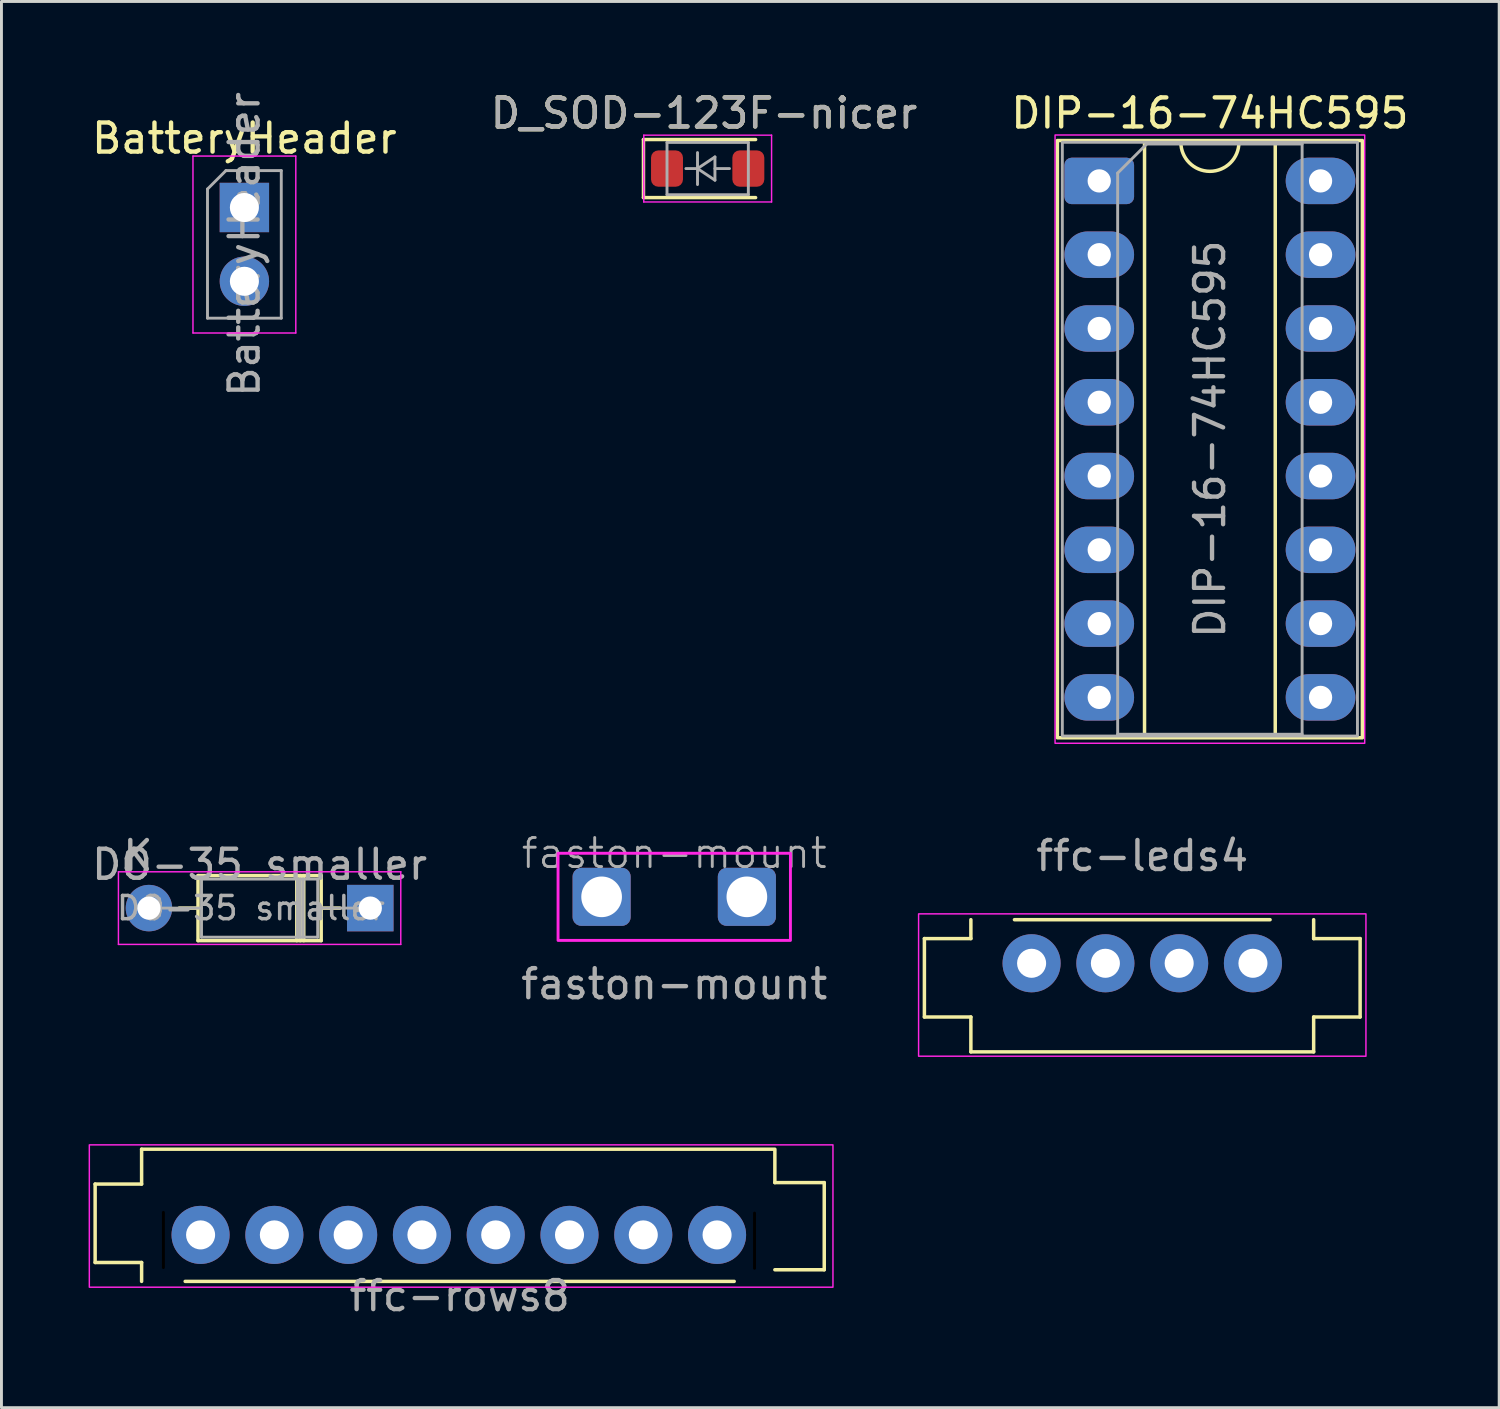
<source format=kicad_pcb>
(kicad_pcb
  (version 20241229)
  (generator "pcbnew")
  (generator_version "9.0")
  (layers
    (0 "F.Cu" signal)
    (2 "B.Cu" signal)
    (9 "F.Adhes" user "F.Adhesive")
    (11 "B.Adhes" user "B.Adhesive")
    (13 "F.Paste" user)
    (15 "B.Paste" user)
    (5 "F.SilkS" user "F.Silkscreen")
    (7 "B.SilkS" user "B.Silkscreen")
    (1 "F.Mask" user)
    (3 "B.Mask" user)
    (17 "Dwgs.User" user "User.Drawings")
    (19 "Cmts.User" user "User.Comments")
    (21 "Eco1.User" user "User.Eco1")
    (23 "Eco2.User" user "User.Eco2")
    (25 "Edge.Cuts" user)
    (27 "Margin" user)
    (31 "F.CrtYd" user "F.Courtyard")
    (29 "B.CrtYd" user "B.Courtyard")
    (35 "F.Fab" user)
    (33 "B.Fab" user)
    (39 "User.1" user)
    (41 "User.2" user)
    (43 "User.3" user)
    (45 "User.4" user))
  (footprint "DIP-16-74HC595"
    (layer "F.Cu")
    (at 34.791 3.178)
    (property "Reference" "DIP-16-74HC595" (at 3.81 -2.33 180) (layer "F.SilkS") (effects (font (size 1 1) (thickness 0.15))))
    (attr through_hole)
    (fp_line (start 1.56 -1.33) (end 1.56 19.11) (stroke (width 0.12) (type solid)) (layer "F.SilkS"))
    (fp_line (start 1.56 19.11) (end 6.06 19.11) (stroke (width 0.12) (type solid)) (layer "F.SilkS"))
    (fp_line (start 2.81 -1.33) (end 1.56 -1.33) (stroke (width 0.12) (type solid)) (layer "F.SilkS"))
    (fp_line (start 6.06 -1.33) (end 4.81 -1.33) (stroke (width 0.12) (type solid)) (layer "F.SilkS"))
    (fp_line (start 6.06 19.11) (end 6.06 -1.33) (stroke (width 0.12) (type solid)) (layer "F.SilkS"))
    (fp_rect (start -1.44 -1.39) (end 9.06 19.17) (stroke (width 0.12) (type solid)) (fill no) (layer "F.SilkS"))
    (fp_arc (start 4.81 -1.33) (mid 3.81 -0.33) (end 2.81 -1.33) (stroke (width 0.12) (type solid)) (layer "F.SilkS"))
    (fp_rect (start -1.52 -1.58) (end 9.14 19.36) (stroke (width 0.05) (type solid)) (fill no) (layer "F.CrtYd"))
    (fp_line (start 0.635 -0.27) (end 1.635 -1.27) (stroke (width 0.1) (type solid)) (layer "F.Fab"))
    (fp_line (start 0.635 19.05) (end 0.635 -0.27) (stroke (width 0.1) (type solid)) (layer "F.Fab"))
    (fp_line (start 1.635 -1.27) (end 6.985 -1.27) (stroke (width 0.1) (type solid)) (layer "F.Fab"))
    (fp_line (start 6.985 -1.27) (end 6.985 19.05) (stroke (width 0.1) (type solid)) (layer "F.Fab"))
    (fp_line (start 6.985 19.05) (end 0.635 19.05) (stroke (width 0.1) (type solid)) (layer "F.Fab"))
    (fp_rect (start -1.27 -1.33) (end 8.89 19.11) (stroke (width 0.1) (type solid)) (fill no) (layer "F.Fab"))
    (fp_text user "${REFERENCE}" (at 3.81 8.89 90) (layer "F.Fab") (effects (font (size 1 1) (thickness 0.15))))
    (pad "1" thru_hole roundrect (at 0 0) (size 2.4 1.6) (drill 0.8) (layers "*.Cu" "*.Mask") (roundrect_rratio 0.156))
    (pad "2" thru_hole oval (at 0 2.54) (size 2.4 1.6) (drill 0.8) (layers "*.Cu" "*.Mask"))
    (pad "3" thru_hole oval (at 0 5.08) (size 2.4 1.6) (drill 0.8) (layers "*.Cu" "*.Mask"))
    (pad "4" thru_hole oval (at 0 7.62) (size 2.4 1.6) (drill 0.8) (layers "*.Cu" "*.Mask"))
    (pad "5" thru_hole oval (at 0 10.16) (size 2.4 1.6) (drill 0.8) (layers "*.Cu" "*.Mask"))
    (pad "6" thru_hole oval (at 0 12.7) (size 2.4 1.6) (drill 0.8) (layers "*.Cu" "*.Mask"))
    (pad "7" thru_hole oval (at 0 15.24) (size 2.4 1.6) (drill 0.8) (layers "*.Cu" "*.Mask"))
    (pad "8" thru_hole oval (at 0 17.78) (size 2.4 1.6) (drill 0.8) (layers "*.Cu" "*.Mask"))
    (pad "9" thru_hole oval (at 7.62 17.78) (size 2.4 1.6) (drill 0.8) (layers "*.Cu" "*.Mask"))
    (pad "10" thru_hole oval (at 7.62 15.24) (size 2.4 1.6) (drill 0.8) (layers "*.Cu" "*.Mask"))
    (pad "11" thru_hole oval (at 7.62 12.7) (size 2.4 1.6) (drill 0.8) (layers "*.Cu" "*.Mask"))
    (pad "12" thru_hole oval (at 7.62 10.16) (size 2.4 1.6) (drill 0.8) (layers "*.Cu" "*.Mask"))
    (pad "13" thru_hole oval (at 7.62 7.62) (size 2.4 1.6) (drill 0.8) (layers "*.Cu" "*.Mask"))
    (pad "14" thru_hole oval (at 7.62 5.08) (size 2.4 1.6) (drill 0.8) (layers "*.Cu" "*.Mask"))
    (pad "15" thru_hole oval (at 7.62 2.54) (size 2.4 1.6) (drill 0.8) (layers "*.Cu" "*.Mask"))
    (pad "16" thru_hole oval (at 7.62 0) (size 2.4 1.6) (drill 0.8) (layers "*.Cu" "*.Mask")))
  (footprint "DO-35 smaller"
    (layer "F.Cu")
    (at 1.697 28.212)
    (property "Reference" "DO-35 smaller" (at 4.19 -1.5 180) (layer "F.Fab") (effects (font (size 1 1) (thickness 0.15))))
    (attr through_hole)
    (fp_line (start 1.42 0) (end 2.07 0) (stroke (width 0.12) (type solid)) (layer "F.SilkS"))
    (fp_line (start 2.07 -1.12) (end 2.07 1.12) (stroke (width 0.12) (type solid)) (layer "F.SilkS"))
    (fp_line (start 2.07 1.12) (end 6.31 1.12) (stroke (width 0.12) (type solid)) (layer "F.SilkS"))
    (fp_line (start 5.47 1.12) (end 5.47 -1.12) (stroke (width 0.12) (type solid)) (layer "F.SilkS"))
    (fp_line (start 5.59 1.12) (end 5.59 -1.12) (stroke (width 0.12) (type solid)) (layer "F.SilkS"))
    (fp_line (start 5.71 1.12) (end 5.71 -1.12) (stroke (width 0.12) (type solid)) (layer "F.SilkS"))
    (fp_line (start 6.31 -1.12) (end 2.07 -1.12) (stroke (width 0.12) (type solid)) (layer "F.SilkS"))
    (fp_line (start 6.31 1.12) (end 6.31 -1.12) (stroke (width 0.12) (type solid)) (layer "F.SilkS"))
    (fp_line (start 6.96 0) (end 6.31 0) (stroke (width 0.12) (type solid)) (layer "F.SilkS"))
    (fp_line (start -0.67 -1.25) (end -0.67 1.25) (stroke (width 0.05) (type solid)) (layer "F.CrtYd"))
    (fp_line (start -0.67 1.25) (end 9.05 1.25) (stroke (width 0.05) (type solid)) (layer "F.CrtYd"))
    (fp_line (start 9.05 -1.25) (end -0.67 -1.25) (stroke (width 0.05) (type solid)) (layer "F.CrtYd"))
    (fp_line (start 9.05 1.25) (end 9.05 -1.25) (stroke (width 0.05) (type solid)) (layer "F.CrtYd"))
    (fp_line (start 0.38 0) (end 2.19 0) (stroke (width 0.1) (type solid)) (layer "F.Fab"))
    (fp_line (start 2.19 -1) (end 2.19 1) (stroke (width 0.1) (type solid)) (layer "F.Fab"))
    (fp_line (start 2.19 1) (end 6.19 1) (stroke (width 0.1) (type solid)) (layer "F.Fab"))
    (fp_line (start 5.49 1) (end 5.49 -1) (stroke (width 0.1) (type solid)) (layer "F.Fab"))
    (fp_line (start 5.59 1) (end 5.59 -1) (stroke (width 0.1) (type solid)) (layer "F.Fab"))
    (fp_line (start 5.69 1) (end 5.69 -1) (stroke (width 0.1) (type solid)) (layer "F.Fab"))
    (fp_line (start 6.19 -1) (end 2.19 -1) (stroke (width 0.1) (type solid)) (layer "F.Fab"))
    (fp_line (start 6.19 1) (end 6.19 -1) (stroke (width 0.1) (type solid)) (layer "F.Fab"))
    (fp_line (start 8 0) (end 6.19 0) (stroke (width 0.1) (type solid)) (layer "F.Fab"))
    (fp_text user "K" (at 0 -1.8 0) (layer "F.Fab") (effects (font (size 1 1) (thickness 0.15))))
    (fp_text user "${REFERENCE}" (at 3.89 0 180) (layer "F.Fab") (effects (font (size 0.8 0.8) (thickness 0.12))))
    (pad "1" thru_hole rect (at 8 0 180) (size 1.6 1.6) (drill 0.8) (layers "*.Cu" "*.Mask"))
    (pad "2" thru_hole oval (at 0.38 0 180) (size 1.6 1.6) (drill 0.8) (layers "*.Cu" "*.Mask")))
  (footprint "faston-mount"
    (layer "F.Cu")
    (at 20.161 27.824)
    (property "Reference" "faston-mount" (at 0 -1.5 0) (unlocked yes) (layer "F.Fab") (effects (font (size 1 1) (thickness 0.1))))
    (attr board_only exclude_from_pos_files exclude_from_bom)
    (fp_rect (start -4 -1.5) (end 4 1.5) (stroke (width 0.1) (type solid)) (fill no) (layer "F.CrtYd"))
    (fp_text user "${REFERENCE}" (at 0 3 0) (unlocked yes) (layer "F.Fab") (effects (font (size 1 1) (thickness 0.15))))
    (pad "1" thru_hole roundrect (at -2.5 0) (size 2 2) (drill 1.4) (layers "*.Cu" "*.Mask") (roundrect_rratio 0.15))
    (pad "1" thru_hole roundrect (at 2.5 0) (size 2 2) (drill 1.4) (layers "*.Cu" "*.Mask") (roundrect_rratio 0.15)))
  (footprint "D_SOD-123F-nicer"
    (layer "F.Cu")
    (at 21.312 2.753)
    (property "Reference" "D_SOD-123F-nicer" (at -0.127 -1.905 0) (layer "F.SilkS") (effects (font (size 1 1) (thickness 0.15))))
    (attr smd)
    (fp_line (start -2.21 -1) (end -2.21 1) (stroke (width 0.12) (type solid)) (layer "F.SilkS"))
    (fp_line (start -2.21 -1) (end 1.65 -1) (stroke (width 0.12) (type solid)) (layer "F.SilkS"))
    (fp_line (start -2.21 1) (end 1.65 1) (stroke (width 0.12) (type solid)) (layer "F.SilkS"))
    (fp_line (start -2.2 -1.15) (end -2.2 1.15) (stroke (width 0.05) (type solid)) (layer "F.CrtYd"))
    (fp_line (start -2.2 -1.15) (end 2.2 -1.15) (stroke (width 0.05) (type solid)) (layer "F.CrtYd"))
    (fp_line (start 2.2 -1.15) (end 2.2 1.15) (stroke (width 0.05) (type solid)) (layer "F.CrtYd"))
    (fp_line (start 2.2 1.15) (end -2.2 1.15) (stroke (width 0.05) (type solid)) (layer "F.CrtYd"))
    (fp_line (start -1.4 -0.9) (end 1.4 -0.9) (stroke (width 0.1) (type solid)) (layer "F.Fab"))
    (fp_line (start -1.4 0.9) (end -1.4 -0.9) (stroke (width 0.1) (type solid)) (layer "F.Fab"))
    (fp_line (start -0.75 0) (end -0.35 0) (stroke (width 0.1) (type solid)) (layer "F.Fab"))
    (fp_line (start -0.35 0) (end -0.35 -0.55) (stroke (width 0.1) (type solid)) (layer "F.Fab"))
    (fp_line (start -0.35 0) (end -0.35 0.55) (stroke (width 0.1) (type solid)) (layer "F.Fab"))
    (fp_line (start -0.35 0) (end 0.25 -0.4) (stroke (width 0.1) (type solid)) (layer "F.Fab"))
    (fp_line (start 0.25 -0.4) (end 0.25 0.4) (stroke (width 0.1) (type solid)) (layer "F.Fab"))
    (fp_line (start 0.25 0) (end 0.75 0) (stroke (width 0.1) (type solid)) (layer "F.Fab"))
    (fp_line (start 0.25 0.4) (end -0.35 0) (stroke (width 0.1) (type solid)) (layer "F.Fab"))
    (fp_line (start 1.4 -0.9) (end 1.4 0.9) (stroke (width 0.1) (type solid)) (layer "F.Fab"))
    (fp_line (start 1.4 0.9) (end -1.4 0.9) (stroke (width 0.1) (type solid)) (layer "F.Fab"))
    (fp_text user "${REFERENCE}" (at -0.127 -1.905 0) (layer "F.Fab") (effects (font (size 1 1) (thickness 0.15))))
    (pad "1" smd roundrect (at -1.4 0) (size 1.1 1.25) (layers "F.Cu" "F.Mask" "F.Paste") (roundrect_rratio 0.227))
    (pad "2" smd roundrect (at 1.4 0) (size 1.1 1.25) (layers "F.Cu" "F.Mask" "F.Paste") (roundrect_rratio 0.227)))
  (footprint "ffc-leds4"
    (layer "F.Cu")
    (at 36.273 30.111)
    (property "Reference" "ffc-leds4" (at 0 -3.7 0) (layer "F.Fab") (effects (font (size 1 1) (thickness 0.15))))
    (attr through_hole)
    (fp_line (start -7.5 -0.85) (end -7.5 1.85) (stroke (width 0.12) (type default)) (layer "F.SilkS"))
    (fp_line (start -7.5 1.85) (end -5.9 1.85) (stroke (width 0.12) (type default)) (layer "F.SilkS"))
    (fp_line (start -5.9 -1.5) (end -5.9 -0.85) (stroke (width 0.12) (type default)) (layer "F.SilkS"))
    (fp_line (start -5.9 -0.85) (end -7.5 -0.85) (stroke (width 0.12) (type default)) (layer "F.SilkS"))
    (fp_line (start -5.9 1.85) (end -5.9 3.05) (stroke (width 0.12) (type solid)) (layer "F.SilkS"))
    (fp_line (start -5.9 3.05) (end 5.9 3.05) (stroke (width 0.12) (type default)) (layer "F.SilkS"))
    (fp_line (start -4.4 -1.5) (end 4.4 -1.5) (stroke (width 0.12) (type solid)) (layer "F.SilkS"))
    (fp_line (start 5.9 -1.5) (end 5.9 -0.85) (stroke (width 0.12) (type default)) (layer "F.SilkS"))
    (fp_line (start 5.9 -0.85) (end 7.5 -0.85) (stroke (width 0.12) (type default)) (layer "F.SilkS"))
    (fp_line (start 5.9 1.85) (end 5.9 3.05) (stroke (width 0.12) (type solid)) (layer "F.SilkS"))
    (fp_line (start 7.5 -0.85) (end 7.5 1.85) (stroke (width 0.12) (type default)) (layer "F.SilkS"))
    (fp_line (start 7.5 1.85) (end 5.9 1.85) (stroke (width 0.12) (type default)) (layer "F.SilkS"))
    (fp_rect (start -7.7 -1.7) (end 7.7 3.2) (stroke (width 0.05) (type default)) (fill no) (layer "F.CrtYd"))
    (pad "1" thru_hole circle (at -3.81 0) (size 2 2) (drill 1) (layers "*.Cu" "*.Mask"))
    (pad "2" thru_hole circle (at -1.27 0) (size 2 2) (drill 1) (layers "*.Cu" "*.Mask"))
    (pad "3" thru_hole circle (at 1.27 0) (size 2 2) (drill 1) (layers "*.Cu" "*.Mask"))
    (pad "4" thru_hole circle (at 3.81 0) (size 2 2) (drill 1) (layers "*.Cu" "*.Mask")))
  (footprint "BatteryHeader"
    (layer "F.Cu")
    (at 5.363 4.093)
    (property "Reference" "BatteryHeader" (at 0 -2.38 0) (layer "F.SilkS") (effects (font (size 1 1) (thickness 0.15))))
    (attr through_hole)
    (fp_line (start -1.77 -1.77) (end -1.77 4.32) (stroke (width 0.05) (type solid)) (layer "F.CrtYd"))
    (fp_line (start -1.77 4.32) (end 1.77 4.32) (stroke (width 0.05) (type solid)) (layer "F.CrtYd"))
    (fp_line (start 1.77 -1.77) (end -1.77 -1.77) (stroke (width 0.05) (type solid)) (layer "F.CrtYd"))
    (fp_line (start 1.77 4.32) (end 1.77 -1.77) (stroke (width 0.05) (type solid)) (layer "F.CrtYd"))
    (fp_line (start -1.27 -0.635) (end -0.635 -1.27) (stroke (width 0.1) (type solid)) (layer "F.Fab"))
    (fp_line (start -1.27 3.81) (end -1.27 -0.635) (stroke (width 0.1) (type solid)) (layer "F.Fab"))
    (fp_line (start -0.635 -1.27) (end 1.27 -1.27) (stroke (width 0.1) (type solid)) (layer "F.Fab"))
    (fp_line (start 1.27 -1.27) (end 1.27 3.81) (stroke (width 0.1) (type solid)) (layer "F.Fab"))
    (fp_line (start 1.27 3.81) (end -1.27 3.81) (stroke (width 0.1) (type solid)) (layer "F.Fab"))
    (fp_text user "${REFERENCE}" (at 0 1.27 90) (layer "F.Fab") (effects (font (size 1 1) (thickness 0.15))))
    (pad "1" thru_hole rect (at 0 0) (size 1.7 1.7) (drill 1) (layers "*.Cu" "*.Mask"))
    (pad "2" thru_hole circle (at 0 2.54) (size 1.7 1.7) (drill 1) (layers "*.Cu" "*.Mask")))
  (footprint "ffc-rows8"
    (layer "F.Cu")
    (at 12.775 38.062)
    (property "Reference" "ffc-rows8" (at 0 3.5 0) (layer "F.Fab") (effects (font (size 1 1) (thickness 0.15))))
    (attr through_hole)
    (fp_line (start -12.55 -0.35) (end -10.95 -0.35) (stroke (width 0.12) (type default)) (layer "F.SilkS"))
    (fp_line (start -12.55 2.35) (end -12.55 -0.35) (stroke (width 0.12) (type default)) (layer "F.SilkS"))
    (fp_line (start -10.95 -1.55) (end 10.85 -1.55) (stroke (width 0.12) (type solid)) (layer "F.SilkS"))
    (fp_line (start -10.95 -0.35) (end -10.95 -1.55) (stroke (width 0.12) (type solid)) (layer "F.SilkS"))
    (fp_line (start -10.95 2.35) (end -12.55 2.35) (stroke (width 0.12) (type default)) (layer "F.SilkS"))
    (fp_line (start -10.95 3) (end -10.95 2.35) (stroke (width 0.12) (type default)) (layer "F.SilkS"))
    (fp_line (start 9.45 3) (end -9.45 3) (stroke (width 0.12) (type solid)) (layer "F.SilkS"))
    (fp_line (start 10.85 -0.4) (end 10.85 -1.5) (stroke (width 0.12) (type solid)) (layer "F.SilkS"))
    (fp_line (start 10.85 2.6) (end 12.55 2.6) (stroke (width 0.12) (type default)) (layer "F.SilkS"))
    (fp_line (start 12.55 -0.4) (end 10.85 -0.4) (stroke (width 0.12) (type default)) (layer "F.SilkS"))
    (fp_line (start 12.55 2.6) (end 12.55 -0.4) (stroke (width 0.12) (type default)) (layer "F.SilkS"))
    (fp_rect (start -12.75 -1.7) (end 12.85 3.2) (stroke (width 0.05) (type default)) (fill no) (layer "F.CrtYd"))
    (pad "" np_thru_hole custom (at -10.2 1.575 90) (size 2 0.1) (drill oval 2.9 0.7) (layers "*.Mask") (options (anchor rect)) (primitives))
    (pad "" np_thru_hole custom (at 10.15 1.6 270) (size 2 0.1) (drill oval 2.9 0.7) (layers "*.Mask") (options (anchor rect)) (primitives))
    (pad "1" thru_hole circle (at -8.92 1.4) (size 2 2) (drill 1) (layers "*.Cu" "*.Mask"))
    (pad "2" thru_hole circle (at -6.38 1.4) (size 2 2) (drill 1) (layers "*.Cu" "*.Mask"))
    (pad "3" thru_hole circle (at -3.84 1.4) (size 2 2) (drill 1) (layers "*.Cu" "*.Mask"))
    (pad "4" thru_hole circle (at -1.3 1.4) (size 2 2) (drill 1) (layers "*.Cu" "*.Mask"))
    (pad "5" thru_hole circle (at 1.24 1.4) (size 2 2) (drill 1) (layers "*.Cu" "*.Mask"))
    (pad "6" thru_hole circle (at 3.78 1.4) (size 2 2) (drill 1) (layers "*.Cu" "*.Mask"))
    (pad "7" thru_hole circle (at 6.32 1.4) (size 2 2) (drill 1) (layers "*.Cu" "*.Mask"))
    (pad "8" thru_hole circle (at 8.86 1.4) (size 2 2) (drill 1) (layers "*.Cu" "*.Mask")))
  (gr_rect
    (start -3 -3)
    (end 48.56 45.41)
    (stroke (width 0.1) (type default))
    (fill no)
    (layer "Edge.Cuts")))
</source>
